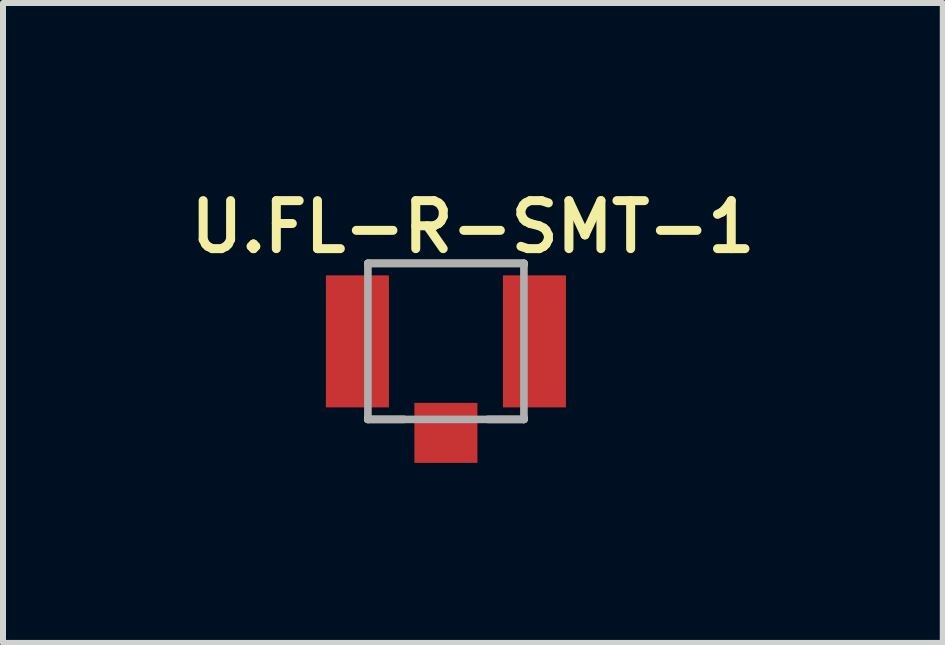
<source format=kicad_pcb>
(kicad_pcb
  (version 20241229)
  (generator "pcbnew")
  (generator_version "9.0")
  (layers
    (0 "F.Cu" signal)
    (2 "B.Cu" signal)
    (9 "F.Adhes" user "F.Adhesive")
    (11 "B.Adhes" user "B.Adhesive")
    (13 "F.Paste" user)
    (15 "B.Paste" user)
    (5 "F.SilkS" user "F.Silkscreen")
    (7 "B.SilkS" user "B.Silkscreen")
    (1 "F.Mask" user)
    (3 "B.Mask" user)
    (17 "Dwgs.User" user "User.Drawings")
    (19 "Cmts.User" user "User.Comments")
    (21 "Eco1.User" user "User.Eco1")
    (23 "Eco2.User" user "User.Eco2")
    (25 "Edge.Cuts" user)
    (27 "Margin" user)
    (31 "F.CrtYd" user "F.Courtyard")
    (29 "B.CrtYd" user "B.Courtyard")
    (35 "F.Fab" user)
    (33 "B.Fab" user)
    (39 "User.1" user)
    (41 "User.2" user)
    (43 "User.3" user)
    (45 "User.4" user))
  (footprint "U.FL-R-SMT-1"
    (layer "F.Cu")
    (at 4.381 2.639)
    (property "Reference" "U.FL-R-SMT-1" (at 0.45 -1.908 0) (layer "F.SilkS") (effects (font (size 0.8 0.8) (thickness 0.15))))
    (attr smd)
    (fp_line (start -1.3 -1.3) (end 1.3 -1.3) (stroke (width 0.127) (type solid)) (layer "F.SilkS"))
    (fp_line (start -1.3 -1.27) (end -1.3 -1.3) (stroke (width 0.127) (type solid)) (layer "F.SilkS"))
    (fp_line (start -1.3 1.3) (end -1.3 1.27) (stroke (width 0.127) (type solid)) (layer "F.SilkS"))
    (fp_line (start -0.7 1.3) (end -1.3 1.3) (stroke (width 0.127) (type solid)) (layer "F.SilkS"))
    (fp_line (start 0.7 1.3) (end 1.3 1.3) (stroke (width 0.127) (type solid)) (layer "F.SilkS"))
    (fp_line (start 1.3 -1.3) (end 1.3 -1.27) (stroke (width 0.127) (type solid)) (layer "F.SilkS"))
    (fp_line (start 1.3 1.3) (end 1.3 1.27) (stroke (width 0.127) (type solid)) (layer "F.SilkS"))
    (fp_line (start -1.3 -1.3) (end 1.3 -1.3) (stroke (width 0.127) (type solid)) (layer "F.Fab"))
    (fp_line (start -1.3 1.3) (end -1.3 -1.3) (stroke (width 0.127) (type solid)) (layer "F.Fab"))
    (fp_line (start 1.3 -1.3) (end 1.3 1.3) (stroke (width 0.127) (type solid)) (layer "F.Fab"))
    (fp_line (start 1.3 1.3) (end -1.3 1.3) (stroke (width 0.127) (type solid)) (layer "F.Fab"))
    (pad "GND1" smd rect (at -1.475 0) (size 1.05 2.2) (layers "F.Cu" "F.Mask" "F.Paste"))
    (pad "GND2" smd rect (at 1.475 0) (size 1.05 2.2) (layers "F.Cu" "F.Mask" "F.Paste"))
    (pad "SIG" smd rect (at 0 1.525) (size 1.05 1) (layers "F.Cu" "F.Mask" "F.Paste")))
  (gr_rect
    (start -3 -3)
    (end 12.661 7.664)
    (stroke (width 0.1) (type default))
    (fill no)
    (layer "Edge.Cuts")))
</source>
